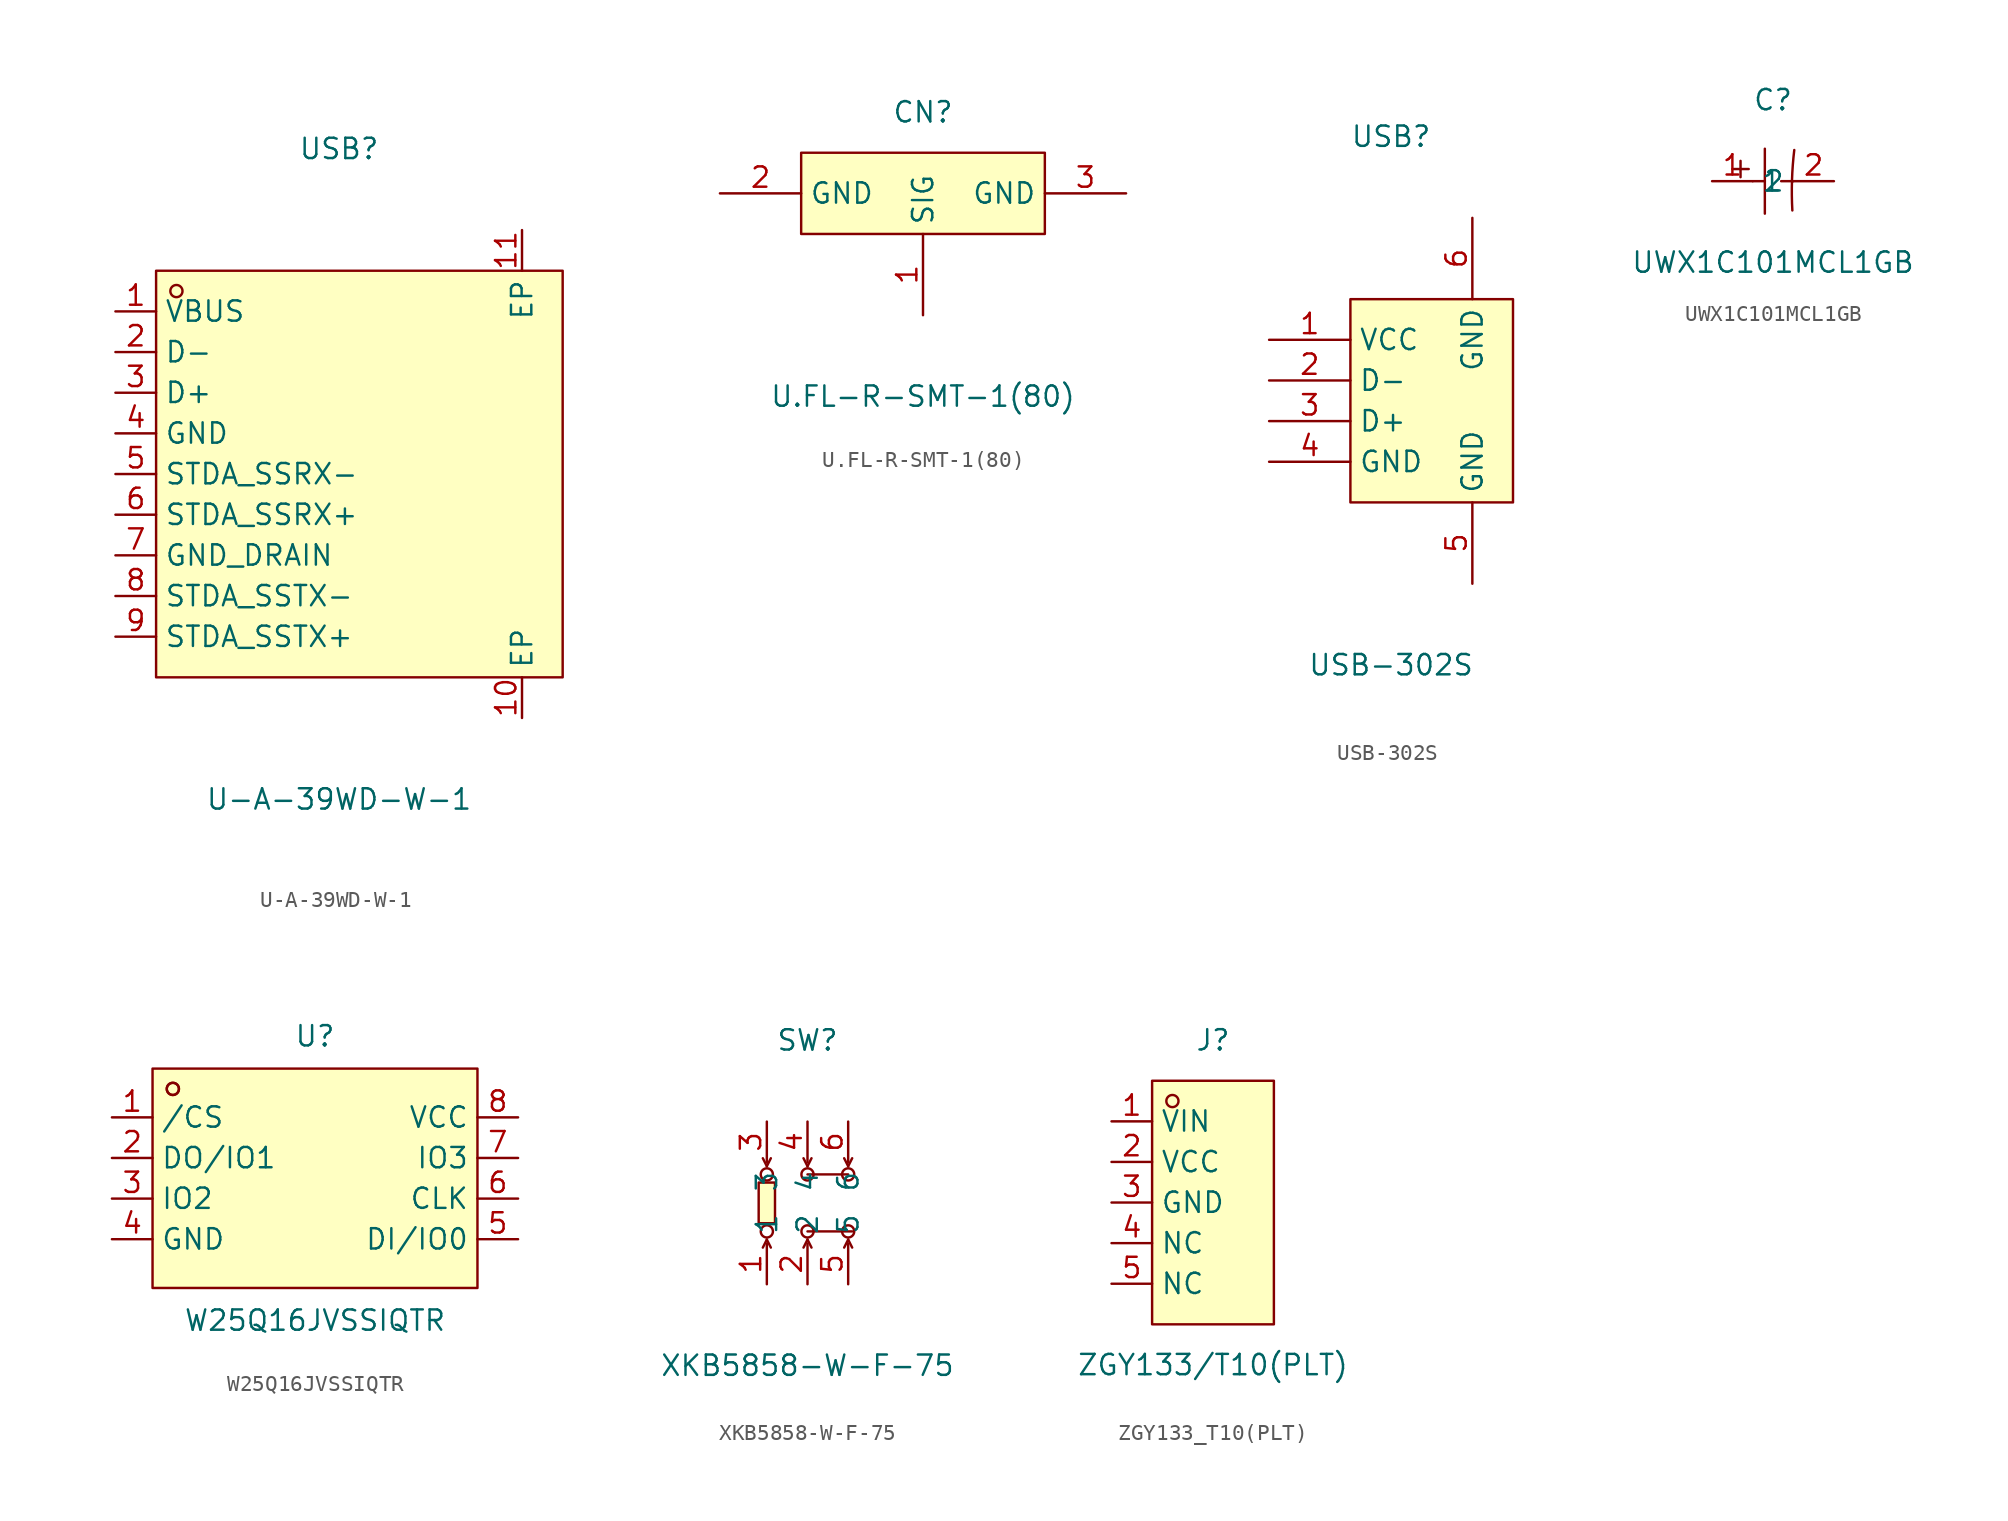
<source format=kicad_sym>
(kicad_symbol_lib
  (version 20220914)
  (generator https://github.com/uPesy/easyeda2kicad.py)
  (symbol "U-A-39WD-W-1"
    (property "Reference" "USB"
      (at 0 20.32 0)
      (effects (font (size 1.27 1.27))))
    (property "Value" "U-A-39WD-W-1"
      (at 0 -20.32 0)
      (effects (font (size 1.27 1.27))))
    (symbol "U-A-39WD-W-1_0_1"
      (rectangle (start -11.43 12.7) (end 13.97 -12.7) (stroke (width 0) (type default)) (fill (type background)))
      (circle (center -10.16 11.43) (radius 0.38) (stroke (width 0) (type default)) (fill (type none)))
      (pin unspecified line (at -13.97 10.16 0) (length 2.54) (name "VBUS" (effects (font (size 1.27 1.27)))) (number "1" (effects (font (size 1.27 1.27)))))
      (pin unspecified line (at 11.43 -15.24 90) (length 2.54) (name "EP" (effects (font (size 1.27 1.27)))) (number "10" (effects (font (size 1.27 1.27)))))
      (pin unspecified line (at 11.43 15.24 270) (length 2.54) (name "EP" (effects (font (size 1.27 1.27)))) (number "11" (effects (font (size 1.27 1.27)))))
      (pin unspecified line (at -13.97 7.62 0) (length 2.54) (name "D-" (effects (font (size 1.27 1.27)))) (number "2" (effects (font (size 1.27 1.27)))))
      (pin unspecified line (at -13.97 5.08 0) (length 2.54) (name "D+" (effects (font (size 1.27 1.27)))) (number "3" (effects (font (size 1.27 1.27)))))
      (pin unspecified line (at -13.97 2.54 0) (length 2.54) (name "GND" (effects (font (size 1.27 1.27)))) (number "4" (effects (font (size 1.27 1.27)))))
      (pin unspecified line (at -13.97 0 0) (length 2.54) (name "STDA_SSRX-" (effects (font (size 1.27 1.27)))) (number "5" (effects (font (size 1.27 1.27)))))
      (pin unspecified line (at -13.97 -2.54 0) (length 2.54) (name "STDA_SSRX+" (effects (font (size 1.27 1.27)))) (number "6" (effects (font (size 1.27 1.27)))))
      (pin unspecified line (at -13.97 -5.08 0) (length 2.54) (name "GND_DRAIN" (effects (font (size 1.27 1.27)))) (number "7" (effects (font (size 1.27 1.27)))))
      (pin unspecified line (at -13.97 -7.62 0) (length 2.54) (name "STDA_SSTX-" (effects (font (size 1.27 1.27)))) (number "8" (effects (font (size 1.27 1.27)))))
      (pin unspecified line (at -13.97 -10.16 0) (length 2.54) (name "STDA_SSTX+" (effects (font (size 1.27 1.27)))) (number "9" (effects (font (size 1.27 1.27)))))))
  (symbol "U.FL-R-SMT-1(80)"
    (property "Reference" "CN"
      (at 0 7.62 0)
      (effects (font (size 1.27 1.27))))
    (property "Value" "U.FL-R-SMT-1(80)"
      (at 0 -10.16 0)
      (effects (font (size 1.27 1.27))))
    (symbol "U.FL-R-SMT-1(80)_0_1"
      (rectangle (start -7.62 5.08) (end 7.62 0) (stroke (width 0) (type default)) (fill (type background)))
      (pin unspecified line (at 0 -5.08 90) (length 5.08) (name "SIG" (effects (font (size 1.27 1.27)))) (number "1" (effects (font (size 1.27 1.27)))))
      (pin unspecified line (at -12.7 2.54 0) (length 5.08) (name "GND" (effects (font (size 1.27 1.27)))) (number "2" (effects (font (size 1.27 1.27)))))
      (pin unspecified line (at 12.7 2.54 180) (length 5.08) (name "GND" (effects (font (size 1.27 1.27)))) (number "3" (effects (font (size 1.27 1.27)))))))
  (symbol "USB-302S"
    (property "Reference" "USB"
      (at 0 16.51 0)
      (effects (font (size 1.27 1.27))))
    (property "Value" "USB-302S"
      (at 0 -16.51 0)
      (effects (font (size 1.27 1.27))))
    (symbol "USB-302S_0_1"
      (rectangle (start -2.54 6.35) (end 7.62 -6.35) (stroke (width 0) (type default)) (fill (type background)))
      (pin unspecified line (at -7.62 3.81 0) (length 5.08) (name "VCC" (effects (font (size 1.27 1.27)))) (number "1" (effects (font (size 1.27 1.27)))))
      (pin unspecified line (at -7.62 1.27 0) (length 5.08) (name "D-" (effects (font (size 1.27 1.27)))) (number "2" (effects (font (size 1.27 1.27)))))
      (pin unspecified line (at -7.62 -1.27 0) (length 5.08) (name "D+" (effects (font (size 1.27 1.27)))) (number "3" (effects (font (size 1.27 1.27)))))
      (pin unspecified line (at -7.62 -3.81 0) (length 5.08) (name "GND" (effects (font (size 1.27 1.27)))) (number "4" (effects (font (size 1.27 1.27)))))
      (pin unspecified line (at 5.08 -11.43 90) (length 5.08) (name "GND" (effects (font (size 1.27 1.27)))) (number "5" (effects (font (size 1.27 1.27)))))
      (pin unspecified line (at 5.08 11.43 270) (length 5.08) (name "GND" (effects (font (size 1.27 1.27)))) (number "6" (effects (font (size 1.27 1.27)))))))
  (symbol "UWX1C101MCL1GB"
    (property "Reference" "C"
      (at 0 5.08 0)
      (effects (font (size 1.27 1.27))))
    (property "Value" "UWX1C101MCL1GB"
      (at 0 -5.08 0)
      (effects (font (size 1.27 1.27))))
    (symbol "UWX1C101MCL1GB_0_1"
      (arc (start 1.33 1.95) (mid 1.22 -2.00) (end 1.21 -1.83) (stroke (width 0) (type default) (color 0 0 0 0)) (fill (type none)))
      (polyline (pts (xy -0.51 2.03) (xy -0.51 -2.03)) (stroke (width 0) (type default) (color 0 0 0 0)) (fill (type none)))
      (polyline (pts (xy -1.27 -0.00) (xy -0.51 -0.00)) (stroke (width 0) (type default) (color 0 0 0 0)) (fill (type none)))
      (polyline (pts (xy 0.51 -0.00) (xy 1.27 -0.00)) (stroke (width 0) (type default) (color 0 0 0 0)) (fill (type none)))
      (polyline (pts (xy -2.54 0.76) (xy -1.52 0.76)) (stroke (width 0) (type default) (color 0 0 0 0)) (fill (type none)))
      (polyline (pts (xy -2.03 1.27) (xy -2.03 0.25)) (stroke (width 0) (type default) (color 0 0 0 0)) (fill (type none)))
      (pin input line (at -3.81 -0.00 0) (length 2.54) (name "1" (effects (font (size 1.27 1.27)))) (number "1" (effects (font (size 1.27 1.27)))))
      (pin input line (at 3.81 -0.00 180) (length 2.54) (name "2" (effects (font (size 1.27 1.27)))) (number "2" (effects (font (size 1.27 1.27)))))))
  (symbol "W25Q16JVSSIQTR"
    (property "Reference" "U"
      (at 0 8.89 0)
      (effects (font (size 1.27 1.27))))
    (property "Value" "W25Q16JVSSIQTR"
      (at 0 -8.89 0)
      (effects (font (size 1.27 1.27))))
    (symbol "W25Q16JVSSIQTR_0_1"
      (rectangle (start -10.16 6.86) (end 10.16 -6.86) (stroke (width 0) (type default)) (fill (type background)))
      (circle (center -8.89 5.59) (radius 0.38) (stroke (width 0) (type default)) (fill (type none)))
      (circle (center -8.89 5.59) (radius 0.38) (stroke (width 0) (type default)) (fill (type none)))
      (pin unspecified line (at -12.7 3.81 0) (length 2.54) (name "/CS" (effects (font (size 1.27 1.27)))) (number "1" (effects (font (size 1.27 1.27)))))
      (pin unspecified line (at -12.7 1.27 0) (length 2.54) (name "DO/IO1" (effects (font (size 1.27 1.27)))) (number "2" (effects (font (size 1.27 1.27)))))
      (pin unspecified line (at -12.7 -1.27 0) (length 2.54) (name "IO2" (effects (font (size 1.27 1.27)))) (number "3" (effects (font (size 1.27 1.27)))))
      (pin unspecified line (at -12.7 -3.81 0) (length 2.54) (name "GND" (effects (font (size 1.27 1.27)))) (number "4" (effects (font (size 1.27 1.27)))))
      (pin unspecified line (at 12.7 -3.81 180) (length 2.54) (name "DI/IO0" (effects (font (size 1.27 1.27)))) (number "5" (effects (font (size 1.27 1.27)))))
      (pin unspecified line (at 12.7 -1.27 180) (length 2.54) (name "CLK" (effects (font (size 1.27 1.27)))) (number "6" (effects (font (size 1.27 1.27)))))
      (pin unspecified line (at 12.7 1.27 180) (length 2.54) (name "IO3" (effects (font (size 1.27 1.27)))) (number "7" (effects (font (size 1.27 1.27)))))
      (pin unspecified line (at 12.7 3.81 180) (length 2.54) (name "VCC" (effects (font (size 1.27 1.27)))) (number "8" (effects (font (size 1.27 1.27)))))))
  (symbol "XKB5858-W-F-75"
    (property "Reference" "SW"
      (at 0 10.16 0)
      (effects (font (size 1.27 1.27))))
    (property "Value" "XKB5858-W-F-75"
      (at 0 -10.16 0)
      (effects (font (size 1.27 1.27))))
    (symbol "XKB5858-W-F-75_0_1"
      (circle (center -2.54 -1.78) (radius 0.38) (stroke (width 0) (type default)) (fill (type none)))
      (circle (center -2.54 1.78) (radius 0.38) (stroke (width 0) (type default)) (fill (type none)))
      (circle (center 0 -1.78) (radius 0.38) (stroke (width 0) (type default)) (fill (type none)))
      (polyline (pts (xy -2.54 -2.29) (xy -2.79 -2.79)) (stroke (width 0) (type default)) (fill (type none)))
      (polyline (pts (xy -2.54 -2.29) (xy -2.29 -2.79)) (stroke (width 0) (type default)) (fill (type none)))
      (polyline (pts (xy -2.54 2.29) (xy -2.79 2.79)) (stroke (width 0) (type default)) (fill (type none)))
      (polyline (pts (xy -2.54 2.29) (xy -2.29 2.79)) (stroke (width 0) (type default)) (fill (type none)))
      (polyline (pts (xy 0 -2.29) (xy -0.25 -2.79)) (stroke (width 0) (type default)) (fill (type none)))
      (polyline (pts (xy 0 -2.29) (xy 0.25 -2.79)) (stroke (width 0) (type default)) (fill (type none)))
      (polyline (pts (xy 0 1.78) (xy 2.54 1.78)) (stroke (width 0) (type default)) (fill (type none)))
      (polyline (pts (xy 0 2.29) (xy -0.25 2.79)) (stroke (width 0) (type default)) (fill (type none)))
      (polyline (pts (xy 0 2.29) (xy 0.25 2.79)) (stroke (width 0) (type default)) (fill (type none)))
      (polyline (pts (xy 2.54 -2.29) (xy 2.29 -2.79)) (stroke (width 0) (type default)) (fill (type none)))
      (polyline (pts (xy 2.54 -2.29) (xy 2.79 -2.79)) (stroke (width 0) (type default)) (fill (type none)))
      (polyline (pts (xy 2.54 2.29) (xy 2.29 2.79)) (stroke (width 0) (type default)) (fill (type none)))
      (polyline (pts (xy 2.54 2.29) (xy 2.79 2.79)) (stroke (width 0) (type default)) (fill (type none)))
      (polyline (pts (xy 0 -1.78) (xy 2.54 -1.78) (xy 2.79 -1.78)) (stroke (width 0) (type default)) (fill (type none)))
      (polyline (pts (xy -3.05 1.27) (xy -3.05 -1.27) (xy -2.03 -1.27) (xy -2.03 1.27) (xy -3.05 1.27)) (stroke (width 0) (type default)) (fill (type background)))
      (circle (center 0 1.78) (radius 0.38) (stroke (width 0) (type default)) (fill (type none)))
      (circle (center 2.54 -1.78) (radius 0.38) (stroke (width 0) (type default)) (fill (type none)))
      (circle (center 2.54 1.78) (radius 0.38) (stroke (width 0) (type default)) (fill (type none)))
      (pin unspecified line (at -2.54 -5.08 90) (length 2.54) (name "1" (effects (font (size 1.27 1.27)))) (number "1" (effects (font (size 1.27 1.27)))))
      (pin unspecified line (at 0 -5.08 90) (length 2.54) (name "2" (effects (font (size 1.27 1.27)))) (number "2" (effects (font (size 1.27 1.27)))))
      (pin unspecified line (at -2.54 5.08 270) (length 2.54) (name "3" (effects (font (size 1.27 1.27)))) (number "3" (effects (font (size 1.27 1.27)))))
      (pin unspecified line (at 0 5.08 270) (length 2.54) (name "4" (effects (font (size 1.27 1.27)))) (number "4" (effects (font (size 1.27 1.27)))))
      (pin unspecified line (at 2.54 -5.08 90) (length 2.54) (name "5" (effects (font (size 1.27 1.27)))) (number "5" (effects (font (size 1.27 1.27)))))
      (pin unspecified line (at 2.54 5.08 270) (length 2.54) (name "6" (effects (font (size 1.27 1.27)))) (number "6" (effects (font (size 1.27 1.27)))))))
  (symbol "ZGY133_T10(PLT)"
    (property "Reference" "J"
      (at 0 10.16 0)
      (effects (font (size 1.27 1.27))))
    (property "Value" "ZGY133/T10(PLT)"
      (at 0 -10.16 0)
      (effects (font (size 1.27 1.27))))
    (symbol "ZGY133_T10(PLT)_0_1"
      (rectangle (start -3.81 7.62) (end 3.81 -7.62) (stroke (width 0) (type default)) (fill (type background)))
      (circle (center -2.54 6.35) (radius 0.38) (stroke (width 0) (type default)) (fill (type none)))
      (pin unspecified line (at -6.35 5.08 0) (length 2.54) (name "VIN" (effects (font (size 1.27 1.27)))) (number "1" (effects (font (size 1.27 1.27)))))
      (pin unspecified line (at -6.35 2.54 0) (length 2.54) (name "VCC" (effects (font (size 1.27 1.27)))) (number "2" (effects (font (size 1.27 1.27)))))
      (pin unspecified line (at -6.35 0 0) (length 2.54) (name "GND" (effects (font (size 1.27 1.27)))) (number "3" (effects (font (size 1.27 1.27)))))
      (pin unspecified line (at -6.35 -2.54 0) (length 2.54) (name "NC" (effects (font (size 1.27 1.27)))) (number "4" (effects (font (size 1.27 1.27)))))
      (pin unspecified line (at -6.35 -5.08 0) (length 2.54) (name "NC" (effects (font (size 1.27 1.27)))) (number "5" (effects (font (size 1.27 1.27))))))))
</source>
